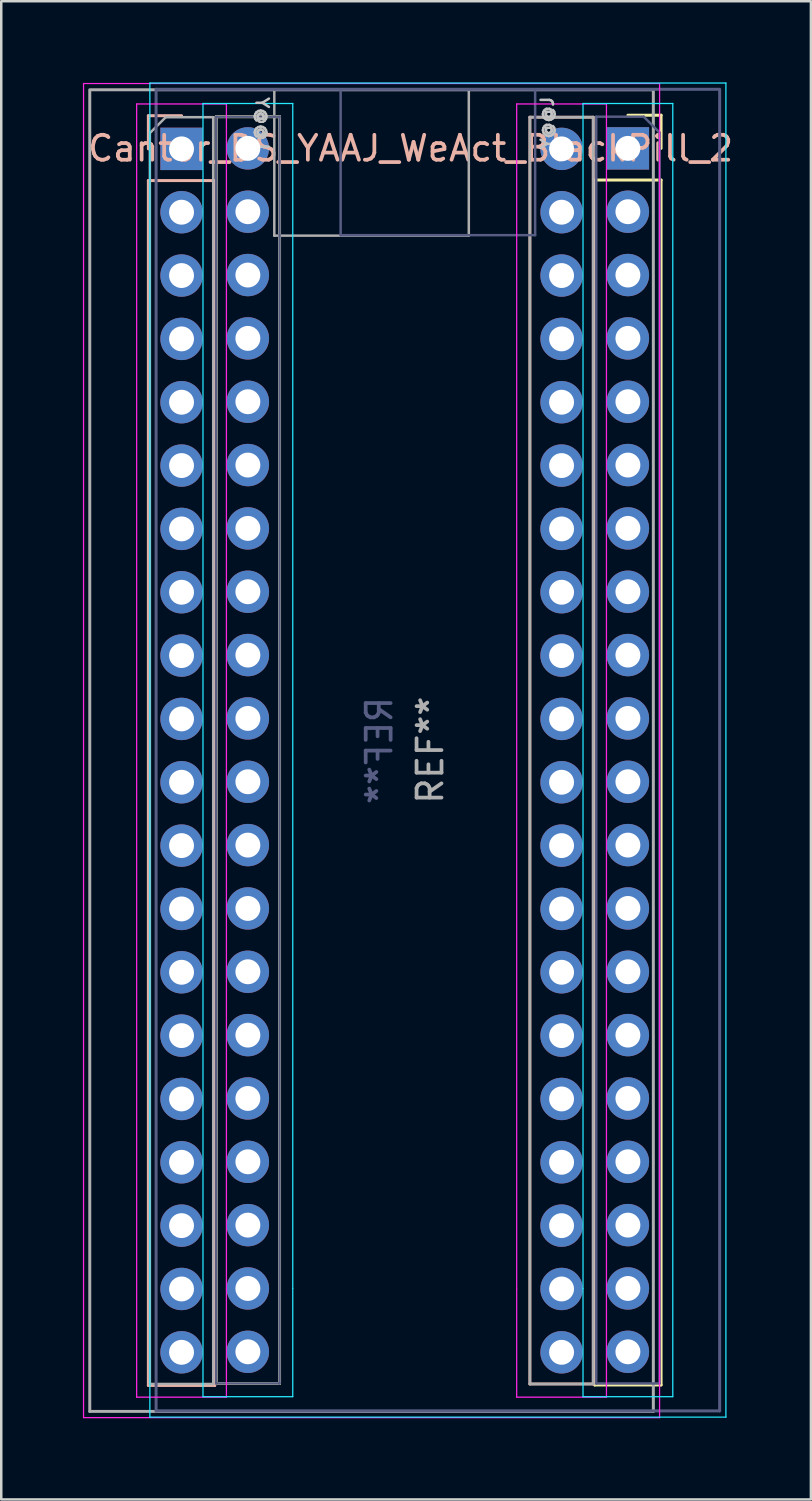
<source format=kicad_pcb>
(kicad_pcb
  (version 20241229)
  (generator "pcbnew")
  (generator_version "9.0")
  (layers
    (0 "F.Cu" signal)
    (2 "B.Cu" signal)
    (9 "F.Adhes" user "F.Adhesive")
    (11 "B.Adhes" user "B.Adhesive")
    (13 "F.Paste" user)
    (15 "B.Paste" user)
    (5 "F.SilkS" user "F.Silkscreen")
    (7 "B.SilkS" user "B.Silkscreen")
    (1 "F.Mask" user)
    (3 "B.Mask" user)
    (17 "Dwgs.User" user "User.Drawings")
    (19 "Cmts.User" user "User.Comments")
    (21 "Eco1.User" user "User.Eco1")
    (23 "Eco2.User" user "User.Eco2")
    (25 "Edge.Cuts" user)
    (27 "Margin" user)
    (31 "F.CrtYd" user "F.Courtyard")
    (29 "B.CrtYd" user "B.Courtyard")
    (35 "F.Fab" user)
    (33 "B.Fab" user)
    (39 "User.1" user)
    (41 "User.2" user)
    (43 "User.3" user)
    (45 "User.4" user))
  (footprint "Cantor_DS_YAAJ_WeAct_BlackPill_2"
    (layer "F.Cu")
    (at 4.35 2.9)
    (property "Reference" "Cantor_DS_YAAJ_WeAct_BlackPill_2" (at 9.065 0 0) (layer "B.SilkS") (effects (font (size 1 1) (thickness 0.15))))
    (attr through_hole)
    (fp_line (start 1.27 49.53) (end 3.81 49.53) (stroke (width 0.12) (type solid)) (layer "F.Mask"))
    (fp_line (start 1.27 -1.27) (end 1.27 49.53) (stroke (width 0.12) (type solid)) (layer "F.SilkS"))
    (fp_line (start 3.81 -1.27) (end 1.27 -1.27) (stroke (width 0.12) (type solid)) (layer "F.SilkS"))
    (fp_line (start 3.81 49.53) (end 1.27 49.53) (stroke (width 0.12) (type solid)) (layer "F.SilkS"))
    (fp_line (start 3.81 49.53) (end 3.81 -1.27) (stroke (width 0.12) (type solid)) (layer "F.SilkS"))
    (fp_line (start 16.45 1.27) (end 16.45 49.59) (stroke (width 0.12) (type solid)) (layer "F.SilkS"))
    (fp_line (start 16.45 49.59) (end 19.11 49.59) (stroke (width 0.12) (type solid)) (layer "F.SilkS"))
    (fp_line (start 19.11 -1.33) (end 17.78 -1.33) (stroke (width 0.12) (type solid)) (layer "F.SilkS"))
    (fp_line (start 19.11 0) (end 19.11 -1.33) (stroke (width 0.12) (type solid)) (layer "F.SilkS"))
    (fp_line (start 19.11 1.27) (end 16.45 1.27) (stroke (width 0.12) (type solid)) (layer "F.SilkS"))
    (fp_line (start 19.11 49.59) (end 19.11 1.27) (stroke (width 0.12) (type solid)) (layer "F.SilkS"))
    (fp_line (start -1.45 -1.31) (end -0.12 -1.31) (stroke (width 0.12) (type solid)) (layer "B.SilkS"))
    (fp_line (start -1.45 0.02) (end -1.45 -1.31) (stroke (width 0.12) (type solid)) (layer "B.SilkS"))
    (fp_line (start -1.45 1.29) (end 1.21 1.29) (stroke (width 0.12) (type solid)) (layer "B.SilkS"))
    (fp_line (start -1.45 49.61) (end -1.45 1.29) (stroke (width 0.12) (type solid)) (layer "B.SilkS"))
    (fp_line (start 1.21 1.29) (end 1.21 49.61) (stroke (width 0.12) (type solid)) (layer "B.SilkS"))
    (fp_line (start 1.21 49.61) (end -1.45 49.61) (stroke (width 0.12) (type solid)) (layer "B.SilkS"))
    (fp_line (start 13.85 -1.25) (end 16.39 -1.25) (stroke (width 0.12) (type solid)) (layer "B.SilkS"))
    (fp_line (start 13.85 49.55) (end 13.85 -1.25) (stroke (width 0.12) (type solid)) (layer "B.SilkS"))
    (fp_line (start 16.39 -1.25) (end 16.39 49.55) (stroke (width 0.12) (type solid)) (layer "B.SilkS"))
    (fp_line (start 16.39 49.55) (end 13.85 49.55) (stroke (width 0.12) (type solid)) (layer "B.SilkS"))
    (fp_line (start -1.39 -2.62) (end -1.39 50.88) (stroke (width 0.05) (type solid)) (layer "B.CrtYd"))
    (fp_line (start -1.39 50.88) (end 21.71 50.88) (stroke (width 0.05) (type solid)) (layer "B.CrtYd"))
    (fp_line (start 0.74 -1.8) (end 0.74 50.06) (stroke (width 0.05) (type solid)) (layer "B.CrtYd"))
    (fp_line (start 0.74 50.06) (end 4.34 50.06) (stroke (width 0.05) (type solid)) (layer "B.CrtYd"))
    (fp_line (start 4.34 -1.8) (end 0.74 -1.8) (stroke (width 0.05) (type solid)) (layer "B.CrtYd"))
    (fp_line (start 4.34 -1.8) (end 4.34 45.72) (stroke (width 0.05) (type solid)) (layer "B.CrtYd"))
    (fp_line (start 4.34 45.72) (end 4.34 50.06) (stroke (width 0.05) (type solid)) (layer "B.CrtYd"))
    (fp_line (start 15.98 -1.8) (end 15.98 45.72) (stroke (width 0.05) (type solid)) (layer "B.CrtYd"))
    (fp_line (start 15.98 -1.8) (end 19.58 -1.8) (stroke (width 0.05) (type solid)) (layer "B.CrtYd"))
    (fp_line (start 15.98 45.72) (end 15.98 50.06) (stroke (width 0.05) (type solid)) (layer "B.CrtYd"))
    (fp_line (start 19.58 -1.8) (end 19.58 50.06) (stroke (width 0.05) (type solid)) (layer "B.CrtYd"))
    (fp_line (start 19.58 50.06) (end 15.98 50.06) (stroke (width 0.05) (type solid)) (layer "B.CrtYd"))
    (fp_line (start 21.71 -2.62) (end -1.39 -2.62) (stroke (width 0.05) (type solid)) (layer "B.CrtYd"))
    (fp_line (start 21.71 50.88) (end 21.71 -2.62) (stroke (width 0.05) (type solid)) (layer "B.CrtYd"))
    (fp_line (start -4.05 -2.6) (end 19.05 -2.6) (stroke (width 0.05) (type solid)) (layer "F.CrtYd"))
    (fp_line (start -4.05 50.9) (end -4.05 -2.6) (stroke (width 0.05) (type solid)) (layer "F.CrtYd"))
    (fp_line (start -1.92 -1.78) (end -1.92 50.08) (stroke (width 0.05) (type solid)) (layer "F.CrtYd"))
    (fp_line (start -1.92 50.08) (end 1.68 50.08) (stroke (width 0.05) (type solid)) (layer "F.CrtYd"))
    (fp_line (start 1.68 -1.78) (end -1.92 -1.78) (stroke (width 0.05) (type solid)) (layer "F.CrtYd"))
    (fp_line (start 1.68 -1.78) (end 1.68 45.74) (stroke (width 0.05) (type solid)) (layer "F.CrtYd"))
    (fp_line (start 1.68 45.74) (end 1.68 50.08) (stroke (width 0.05) (type solid)) (layer "F.CrtYd"))
    (fp_line (start 13.32 -1.78) (end 13.32 45.74) (stroke (width 0.05) (type solid)) (layer "F.CrtYd"))
    (fp_line (start 13.32 -1.78) (end 16.92 -1.78) (stroke (width 0.05) (type solid)) (layer "F.CrtYd"))
    (fp_line (start 13.32 45.74) (end 13.32 50.08) (stroke (width 0.05) (type solid)) (layer "F.CrtYd"))
    (fp_line (start 16.92 -1.78) (end 16.92 50.08) (stroke (width 0.05) (type solid)) (layer "F.CrtYd"))
    (fp_line (start 16.92 50.08) (end 13.32 50.08) (stroke (width 0.05) (type solid)) (layer "F.CrtYd"))
    (fp_line (start 19.05 -2.6) (end 19.05 50.9) (stroke (width 0.05) (type solid)) (layer "F.CrtYd"))
    (fp_line (start 19.05 50.9) (end -4.05 50.9) (stroke (width 0.05) (type solid)) (layer "F.CrtYd"))
    (fp_line (start -1.14 -2.37) (end -1.14 50.63) (stroke (width 0.12) (type solid)) (layer "B.Fab"))
    (fp_line (start 1.27 -1.27) (end 1.27 49.53) (stroke (width 0.1) (type solid)) (layer "B.Fab"))
    (fp_line (start 1.27 49.53) (end 3.81 49.53) (stroke (width 0.1) (type solid)) (layer "B.Fab"))
    (fp_line (start 3.81 -1.27) (end 1.27 -1.27) (stroke (width 0.1) (type solid)) (layer "B.Fab"))
    (fp_line (start 3.81 49.53) (end 3.81 -1.27) (stroke (width 0.1) (type solid)) (layer "B.Fab"))
    (fp_line (start 6.26 3.48) (end 6.26 -2.32) (stroke (width 0.1) (type solid)) (layer "B.Fab"))
    (fp_line (start 14.06 3.48) (end 6.26 3.48) (stroke (width 0.1) (type solid)) (layer "B.Fab"))
    (fp_line (start 14.06 3.48) (end 14.06 -2.32) (stroke (width 0.1) (type solid)) (layer "B.Fab"))
    (fp_line (start 16.51 -1.27) (end 16.51 49.53) (stroke (width 0.1) (type solid)) (layer "B.Fab"))
    (fp_line (start 16.51 49.53) (end 19.05 49.53) (stroke (width 0.1) (type solid)) (layer "B.Fab"))
    (fp_line (start 18.415 -1.27) (end 16.51 -1.27) (stroke (width 0.1) (type solid)) (layer "B.Fab"))
    (fp_line (start 19.05 -0.635) (end 18.415 -1.27) (stroke (width 0.1) (type solid)) (layer "B.Fab"))
    (fp_line (start 19.05 49.53) (end 19.05 -0.635) (stroke (width 0.1) (type solid)) (layer "B.Fab"))
    (fp_line (start 21.46 -2.37) (end -1.14 -2.37) (stroke (width 0.12) (type solid)) (layer "B.Fab"))
    (fp_line (start 21.46 50.63) (end -1.14 50.63) (stroke (width 0.12) (type solid)) (layer "B.Fab"))
    (fp_line (start 21.46 50.63) (end 21.46 -2.32) (stroke (width 0.12) (type solid)) (layer "B.Fab"))
    (fp_line (start -3.8 -2.35) (end 18.8 -2.35) (stroke (width 0.12) (type solid)) (layer "F.Fab"))
    (fp_line (start -3.8 50.65) (end -3.8 -2.3) (stroke (width 0.12) (type solid)) (layer "F.Fab"))
    (fp_line (start -3.8 50.65) (end 18.8 50.65) (stroke (width 0.12) (type solid)) (layer "F.Fab"))
    (fp_line (start -1.39 -0.615) (end -0.755 -1.25) (stroke (width 0.1) (type solid)) (layer "F.Fab"))
    (fp_line (start -1.39 49.55) (end -1.39 -0.615) (stroke (width 0.1) (type solid)) (layer "F.Fab"))
    (fp_line (start -0.755 -1.25) (end 1.15 -1.25) (stroke (width 0.1) (type solid)) (layer "F.Fab"))
    (fp_line (start 1.15 -1.25) (end 1.15 49.55) (stroke (width 0.1) (type solid)) (layer "F.Fab"))
    (fp_line (start 1.15 49.55) (end -1.39 49.55) (stroke (width 0.1) (type solid)) (layer "F.Fab"))
    (fp_line (start 3.6 3.5) (end 3.6 -2.3) (stroke (width 0.1) (type solid)) (layer "F.Fab"))
    (fp_line (start 3.6 3.5) (end 11.4 3.5) (stroke (width 0.1) (type solid)) (layer "F.Fab"))
    (fp_line (start 11.4 3.5) (end 11.4 -2.3) (stroke (width 0.1) (type solid)) (layer "F.Fab"))
    (fp_line (start 13.85 -1.25) (end 16.39 -1.25) (stroke (width 0.1) (type solid)) (layer "F.Fab"))
    (fp_line (start 13.85 49.55) (end 13.85 -1.25) (stroke (width 0.1) (type solid)) (layer "F.Fab"))
    (fp_line (start 16.39 -1.25) (end 16.39 49.55) (stroke (width 0.1) (type solid)) (layer "F.Fab"))
    (fp_line (start 16.39 49.55) (end 13.85 49.55) (stroke (width 0.1) (type solid)) (layer "F.Fab"))
    (fp_line (start 18.8 -2.35) (end 18.8 50.65) (stroke (width 0.12) (type solid)) (layer "F.Fab"))
    (fp_rect (start -4.3 -2.85) (end 21.96 51.13) (stroke (width 0.1) (type default)) (fill no) (layer "User.2"))
    (fp_text user "Y@@J" (at 14.549 -1.016 90) (unlocked yes) (layer "Dwgs.User") (effects (font (size 0.5 0.5) (thickness 0.1))))
    (fp_text user "Y@@J" (at 3.111 -0.996 270) (unlocked yes) (layer "Dwgs.User") (effects (font (size 0.5 0.5) (thickness 0.1))))
    (fp_text user "REF**" (at 7.81 24.15 270) (layer "B.Fab") (effects (font (size 1 1) (thickness 0.15)) (justify mirror)))
    (fp_text user "REF**" (at 9.85 24.13 90) (layer "F.Fab") (effects (font (size 1 1) (thickness 0.15))))
    (pad "1" thru_hole rect (at -0.12 0.02) (size 1.7 1.7) (drill 1) (layers "*.Cu" "F.Mask"))
    (pad "1" thru_hole rect (at 17.78 0) (size 1.7 1.7) (drill 1) (layers "*.Cu" "B.Mask"))
    (pad "2" thru_hole circle (at -0.12 2.56) (size 1.7 1.7) (drill 1) (layers "*.Cu" "F.Mask"))
    (pad "2" thru_hole circle (at 17.78 2.54) (size 1.7 1.7) (drill 1) (layers "*.Cu" "B.Mask"))
    (pad "3" thru_hole circle (at -0.12 5.1) (size 1.7 1.7) (drill 1) (layers "*.Cu" "F.Mask"))
    (pad "3" thru_hole circle (at 17.78 5.08) (size 1.7 1.7) (drill 1) (layers "*.Cu" "B.Mask"))
    (pad "4" thru_hole circle (at -0.12 7.64) (size 1.7 1.7) (drill 1) (layers "*.Cu" "F.Mask"))
    (pad "4" thru_hole circle (at 17.78 7.62) (size 1.7 1.7) (drill 1) (layers "*.Cu" "B.Mask"))
    (pad "5" thru_hole circle (at -0.12 10.18) (size 1.7 1.7) (drill 1) (layers "*.Cu" "F.Mask"))
    (pad "5" thru_hole circle (at 17.78 10.16) (size 1.7 1.7) (drill 1) (layers "*.Cu" "B.Mask"))
    (pad "6" thru_hole circle (at -0.12 12.72) (size 1.7 1.7) (drill 1) (layers "*.Cu" "F.Mask"))
    (pad "6" thru_hole circle (at 17.78 12.7) (size 1.7 1.7) (drill 1) (layers "*.Cu" "B.Mask"))
    (pad "7" thru_hole circle (at -0.12 15.26) (size 1.7 1.7) (drill 1) (layers "*.Cu" "F.Mask"))
    (pad "7" thru_hole circle (at 17.78 15.24) (size 1.7 1.7) (drill 1) (layers "*.Cu" "B.Mask"))
    (pad "8" thru_hole circle (at -0.12 17.8) (size 1.7 1.7) (drill 1) (layers "*.Cu" "F.Mask"))
    (pad "8" thru_hole circle (at 17.78 17.78) (size 1.7 1.7) (drill 1) (layers "*.Cu" "B.Mask"))
    (pad "9" thru_hole circle (at -0.12 20.34) (size 1.7 1.7) (drill 1) (layers "*.Cu" "F.Mask"))
    (pad "9" thru_hole circle (at 17.78 20.32) (size 1.7 1.7) (drill 1) (layers "*.Cu" "B.Mask"))
    (pad "10" thru_hole circle (at -0.12 22.88) (size 1.7 1.7) (drill 1) (layers "*.Cu" "F.Mask"))
    (pad "10" thru_hole circle (at 17.78 22.86) (size 1.7 1.7) (drill 1) (layers "*.Cu" "B.Mask"))
    (pad "11" thru_hole circle (at -0.12 25.42) (size 1.7 1.7) (drill 1) (layers "*.Cu" "F.Mask"))
    (pad "11" thru_hole circle (at 17.78 25.4) (size 1.7 1.7) (drill 1) (layers "*.Cu" "B.Mask"))
    (pad "12" thru_hole circle (at -0.12 27.96) (size 1.7 1.7) (drill 1) (layers "*.Cu" "F.Mask"))
    (pad "12" thru_hole circle (at 17.78 27.94) (size 1.7 1.7) (drill 1) (layers "*.Cu" "B.Mask"))
    (pad "13" thru_hole circle (at -0.12 30.5) (size 1.7 1.7) (drill 1) (layers "*.Cu" "F.Mask"))
    (pad "13" thru_hole circle (at 17.78 30.48) (size 1.7 1.7) (drill 1) (layers "*.Cu" "B.Mask"))
    (pad "14" thru_hole circle (at -0.12 33.04) (size 1.7 1.7) (drill 1) (layers "*.Cu" "F.Mask"))
    (pad "14" thru_hole circle (at 17.78 33.02) (size 1.7 1.7) (drill 1) (layers "*.Cu" "B.Mask"))
    (pad "15" thru_hole circle (at -0.12 35.58) (size 1.7 1.7) (drill 1) (layers "*.Cu" "F.Mask"))
    (pad "15" thru_hole circle (at 17.78 35.56) (size 1.7 1.7) (drill 1) (layers "*.Cu" "B.Mask"))
    (pad "16" thru_hole circle (at -0.12 38.12) (size 1.7 1.7) (drill 1) (layers "*.Cu" "F.Mask"))
    (pad "16" thru_hole circle (at 17.78 38.1) (size 1.7 1.7) (drill 1) (layers "*.Cu" "B.Mask"))
    (pad "17" thru_hole circle (at -0.12 40.66) (size 1.7 1.7) (drill 1) (layers "*.Cu" "F.Mask"))
    (pad "17" thru_hole circle (at 17.78 40.64) (size 1.7 1.7) (drill 1) (layers "*.Cu" "B.Mask"))
    (pad "18" thru_hole circle (at -0.12 43.2) (size 1.7 1.7) (drill 1) (layers "*.Cu" "F.Mask"))
    (pad "18" thru_hole circle (at 17.78 43.18) (size 1.7 1.7) (drill 1) (layers "*.Cu" "B.Mask"))
    (pad "19" thru_hole circle (at -0.12 45.74) (size 1.7 1.7) (drill 1) (layers "*.Cu" "F.Mask"))
    (pad "19" thru_hole circle (at 17.78 45.72) (size 1.7 1.7) (drill 1) (layers "*.Cu" "B.Mask"))
    (pad "20" thru_hole circle (at -0.12 48.28) (size 1.7 1.7) (drill 1) (layers "*.Cu" "F.Mask"))
    (pad "20" thru_hole circle (at 17.78 48.26) (size 1.7 1.7) (drill 1) (layers "*.Cu" "B.Mask"))
    (pad "21" thru_hole circle (at 2.54 48.26) (size 1.7 1.7) (drill 1) (layers "*.Cu" "B.Mask"))
    (pad "21" thru_hole circle (at 15.12 48.28) (size 1.7 1.7) (drill 1) (layers "*.Cu" "F.Mask"))
    (pad "22" thru_hole circle (at 2.54 45.72) (size 1.7 1.7) (drill 1) (layers "*.Cu" "B.Mask"))
    (pad "22" thru_hole circle (at 15.12 45.74) (size 1.7 1.7) (drill 1) (layers "*.Cu" "F.Mask"))
    (pad "23" thru_hole circle (at 2.54 43.18) (size 1.7 1.7) (drill 1) (layers "*.Cu" "B.Mask"))
    (pad "23" thru_hole circle (at 15.12 43.2) (size 1.7 1.7) (drill 1) (layers "*.Cu" "F.Mask"))
    (pad "24" thru_hole circle (at 2.54 40.64) (size 1.7 1.7) (drill 1) (layers "*.Cu" "B.Mask"))
    (pad "24" thru_hole circle (at 15.12 40.66) (size 1.7 1.7) (drill 1) (layers "*.Cu" "F.Mask"))
    (pad "25" thru_hole circle (at 2.54 38.1) (size 1.7 1.7) (drill 1) (layers "*.Cu" "B.Mask"))
    (pad "25" thru_hole circle (at 15.12 38.12) (size 1.7 1.7) (drill 1) (layers "*.Cu" "F.Mask"))
    (pad "26" thru_hole circle (at 2.54 35.56) (size 1.7 1.7) (drill 1) (layers "*.Cu" "B.Mask"))
    (pad "26" thru_hole circle (at 15.12 35.58) (size 1.7 1.7) (drill 1) (layers "*.Cu" "F.Mask"))
    (pad "27" thru_hole circle (at 2.54 33.02) (size 1.7 1.7) (drill 1) (layers "*.Cu" "B.Mask"))
    (pad "27" thru_hole circle (at 15.12 33.04) (size 1.7 1.7) (drill 1) (layers "*.Cu" "F.Mask"))
    (pad "28" thru_hole circle (at 2.54 30.48) (size 1.7 1.7) (drill 1) (layers "*.Cu" "B.Mask"))
    (pad "28" thru_hole circle (at 15.12 30.5) (size 1.7 1.7) (drill 1) (layers "*.Cu" "F.Mask"))
    (pad "29" thru_hole circle (at 2.54 27.94) (size 1.7 1.7) (drill 1) (layers "*.Cu" "B.Mask"))
    (pad "29" thru_hole circle (at 15.12 27.96) (size 1.7 1.7) (drill 1) (layers "*.Cu" "F.Mask"))
    (pad "30" thru_hole circle (at 2.54 25.4) (size 1.7 1.7) (drill 1) (layers "*.Cu" "B.Mask"))
    (pad "30" thru_hole circle (at 15.12 25.42) (size 1.7 1.7) (drill 1) (layers "*.Cu" "F.Mask"))
    (pad "31" thru_hole circle (at 2.54 22.86) (size 1.7 1.7) (drill 1) (layers "*.Cu" "B.Mask"))
    (pad "31" thru_hole circle (at 15.12 22.88) (size 1.7 1.7) (drill 1) (layers "*.Cu" "F.Mask"))
    (pad "32" thru_hole circle (at 2.54 20.32) (size 1.7 1.7) (drill 1) (layers "*.Cu" "B.Mask"))
    (pad "32" thru_hole circle (at 15.12 20.34) (size 1.7 1.7) (drill 1) (layers "*.Cu" "F.Mask"))
    (pad "33" thru_hole circle (at 2.54 17.78) (size 1.7 1.7) (drill 1) (layers "*.Cu" "B.Mask"))
    (pad "33" thru_hole circle (at 15.12 17.8) (size 1.7 1.7) (drill 1) (layers "*.Cu" "F.Mask"))
    (pad "34" thru_hole circle (at 2.54 15.24) (size 1.7 1.7) (drill 1) (layers "*.Cu" "B.Mask"))
    (pad "34" thru_hole circle (at 15.12 15.26) (size 1.7 1.7) (drill 1) (layers "*.Cu" "F.Mask"))
    (pad "35" thru_hole circle (at 2.54 12.7) (size 1.7 1.7) (drill 1) (layers "*.Cu" "B.Mask"))
    (pad "35" thru_hole circle (at 15.12 12.72) (size 1.7 1.7) (drill 1) (layers "*.Cu" "F.Mask"))
    (pad "36" thru_hole circle (at 2.54 10.16) (size 1.7 1.7) (drill 1) (layers "*.Cu" "B.Mask"))
    (pad "36" thru_hole circle (at 15.12 10.18) (size 1.7 1.7) (drill 1) (layers "*.Cu" "F.Mask"))
    (pad "37" thru_hole circle (at 2.54 7.62) (size 1.7 1.7) (drill 1) (layers "*.Cu" "B.Mask"))
    (pad "37" thru_hole circle (at 15.12 7.64) (size 1.7 1.7) (drill 1) (layers "*.Cu" "F.Mask"))
    (pad "38" thru_hole circle (at 2.54 5.08) (size 1.7 1.7) (drill 1) (layers "*.Cu" "B.Mask"))
    (pad "38" thru_hole circle (at 15.12 5.1) (size 1.7 1.7) (drill 1) (layers "*.Cu" "F.Mask"))
    (pad "39" thru_hole circle (at 2.54 2.54) (size 1.7 1.7) (drill 1) (layers "*.Cu" "B.Mask"))
    (pad "39" thru_hole circle (at 15.12 2.56) (size 1.7 1.7) (drill 1) (layers "*.Cu" "F.Mask"))
    (pad "40" thru_hole circle (at 2.54 0) (size 1.7 1.7) (drill 1) (layers "*.Cu" "B.Mask"))
    (pad "40" thru_hole circle (at 15.12 0.02) (size 1.7 1.7) (drill 1) (layers "*.Cu" "F.Mask")))
  (gr_rect
    (start -3 -3)
    (end 29.469 57.08)
    (stroke (width 0.1) (type default))
    (fill no)
    (layer "Edge.Cuts")))
</source>
